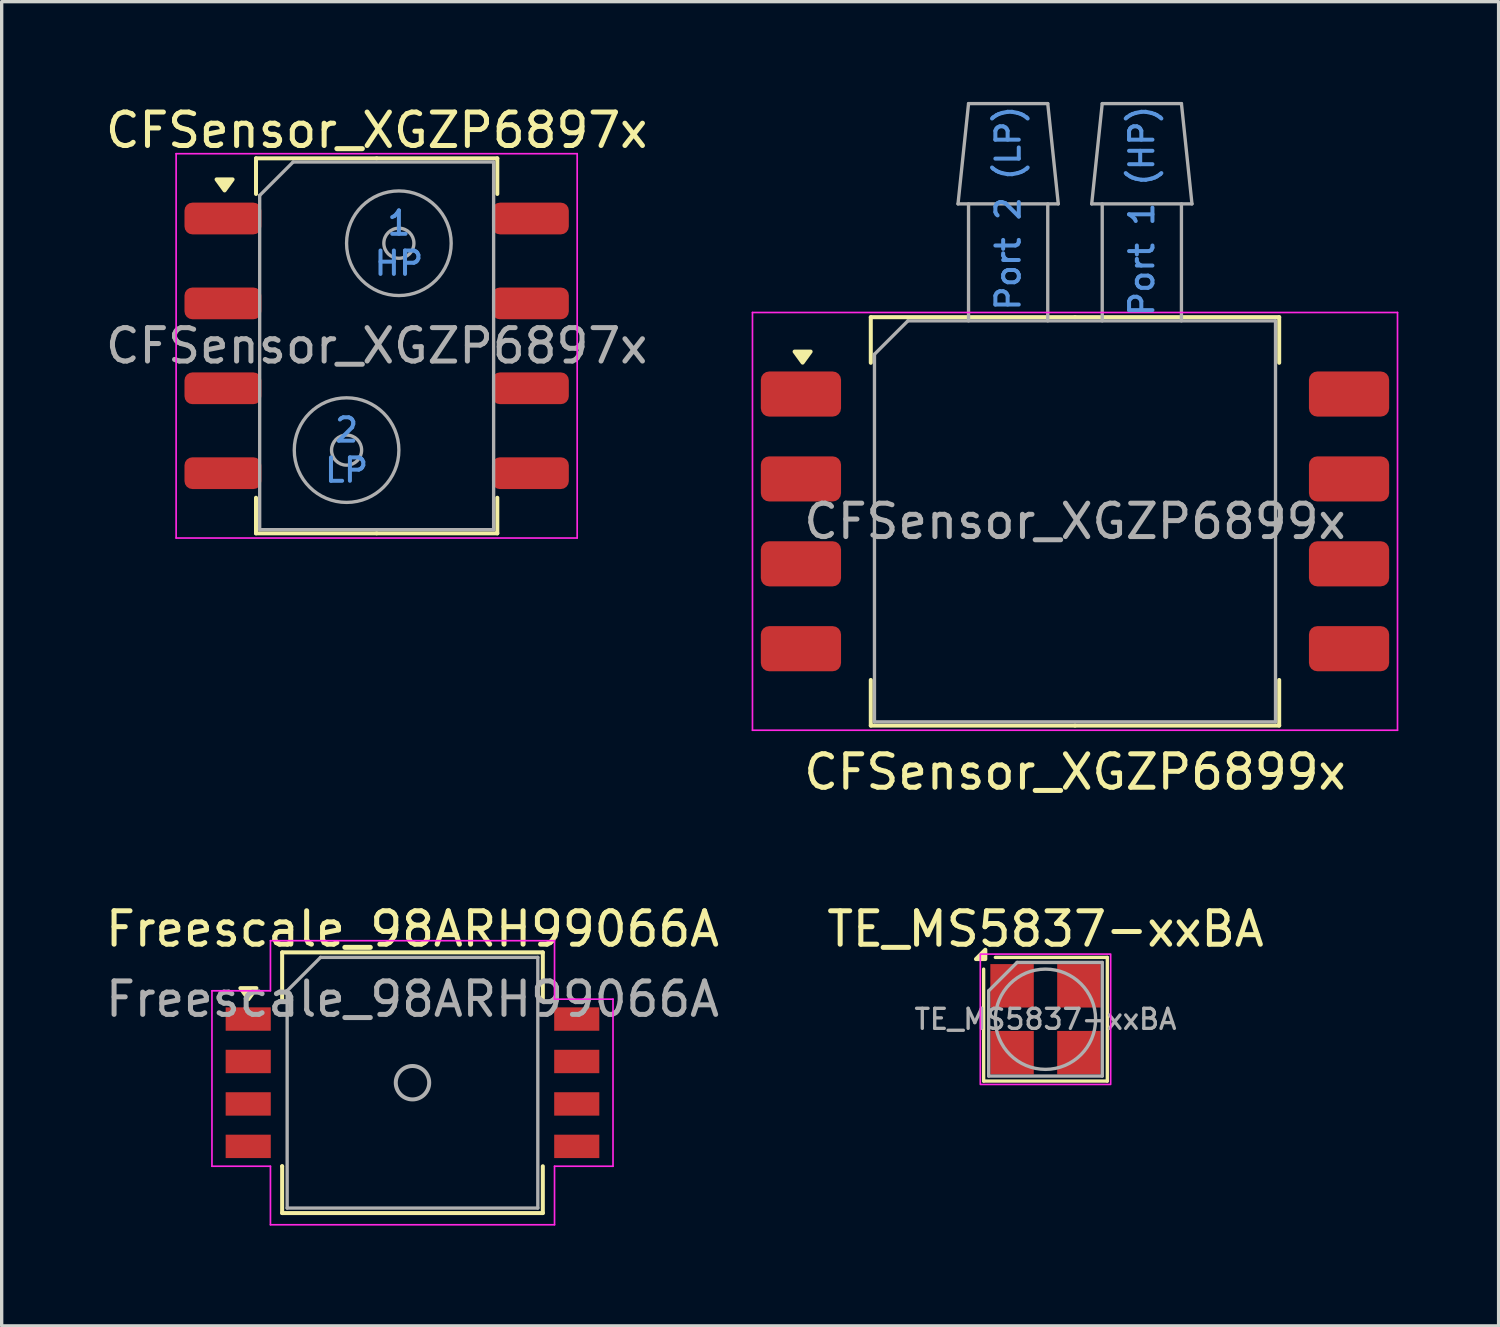
<source format=kicad_pcb>
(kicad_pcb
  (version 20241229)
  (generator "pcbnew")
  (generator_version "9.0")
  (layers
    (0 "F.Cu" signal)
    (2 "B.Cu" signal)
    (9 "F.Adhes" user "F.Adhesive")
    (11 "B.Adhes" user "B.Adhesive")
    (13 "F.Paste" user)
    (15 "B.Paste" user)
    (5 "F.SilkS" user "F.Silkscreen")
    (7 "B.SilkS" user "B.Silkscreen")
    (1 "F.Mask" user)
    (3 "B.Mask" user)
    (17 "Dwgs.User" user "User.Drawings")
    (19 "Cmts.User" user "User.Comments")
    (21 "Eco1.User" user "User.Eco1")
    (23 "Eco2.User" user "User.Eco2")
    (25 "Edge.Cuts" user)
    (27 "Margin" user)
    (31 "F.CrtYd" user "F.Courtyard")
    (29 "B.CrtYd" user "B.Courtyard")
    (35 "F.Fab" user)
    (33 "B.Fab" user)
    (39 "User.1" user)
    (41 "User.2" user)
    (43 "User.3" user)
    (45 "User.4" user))
  (footprint "CFSensor_XGZP6897x"
    (layer "F.Cu")
    (at 8.22 7.298)
    (property "Reference" "CFSensor_XGZP6897x" (at 0 -6.45 0) (layer "F.SilkS") (effects (font (size 1 1) (thickness 0.15))))
    (attr smd)
    (fp_line (start -3.61 -5.61) (end -3.61 -4.545) (stroke (width 0.12) (type solid)) (layer "F.SilkS"))
    (fp_line (start -3.61 5.61) (end -3.61 4.545) (stroke (width 0.12) (type solid)) (layer "F.SilkS"))
    (fp_line (start 0 -5.61) (end -3.61 -5.61) (stroke (width 0.12) (type solid)) (layer "F.SilkS"))
    (fp_line (start 0 -5.61) (end 3.61 -5.61) (stroke (width 0.12) (type solid)) (layer "F.SilkS"))
    (fp_line (start 0 5.61) (end -3.61 5.61) (stroke (width 0.12) (type solid)) (layer "F.SilkS"))
    (fp_line (start 0 5.61) (end 3.61 5.61) (stroke (width 0.12) (type solid)) (layer "F.SilkS"))
    (fp_line (start 3.61 -5.61) (end 3.61 -4.545) (stroke (width 0.12) (type solid)) (layer "F.SilkS"))
    (fp_line (start 3.61 5.61) (end 3.61 4.545) (stroke (width 0.12) (type solid)) (layer "F.SilkS"))
    (fp_poly (pts (xy -4.55 -4.65) (xy -4.79 -4.98) (xy -4.31 -4.98) (xy -4.55 -4.65)) (stroke (width 0.12) (type solid)) (fill yes) (layer "F.SilkS"))
    (fp_line (start -6 -5.75) (end -6 5.75) (stroke (width 0.05) (type solid)) (layer "F.CrtYd"))
    (fp_line (start -6 5.75) (end 6 5.75) (stroke (width 0.05) (type solid)) (layer "F.CrtYd"))
    (fp_line (start 6 -5.75) (end -6 -5.75) (stroke (width 0.05) (type solid)) (layer "F.CrtYd"))
    (fp_line (start 6 5.75) (end 6 -5.75) (stroke (width 0.05) (type solid)) (layer "F.CrtYd"))
    (fp_line (start -3.5 -4.5) (end -2.5 -5.5) (stroke (width 0.1) (type solid)) (layer "F.Fab"))
    (fp_line (start -3.5 5.5) (end -3.5 -4.5) (stroke (width 0.1) (type solid)) (layer "F.Fab"))
    (fp_line (start -2.5 -5.5) (end 3.5 -5.5) (stroke (width 0.1) (type solid)) (layer "F.Fab"))
    (fp_line (start 3.5 -5.5) (end 3.5 5.5) (stroke (width 0.1) (type solid)) (layer "F.Fab"))
    (fp_line (start 3.5 5.5) (end -3.5 5.5) (stroke (width 0.1) (type solid)) (layer "F.Fab"))
    (fp_circle (center -0.9 3.12) (end -0.45 3.12) (stroke (width 0.1) (type default)) (fill no) (layer "F.Fab"))
    (fp_circle (center -0.9 3.12) (end 0.665 3.12) (stroke (width 0.1) (type default)) (fill no) (layer "F.Fab"))
    (fp_circle (center 0.665 -3.07) (end 1.115 -3.07) (stroke (width 0.1) (type default)) (fill no) (layer "F.Fab"))
    (fp_circle (center 0.665 -3.07) (end 2.23 -3.07) (stroke (width 0.1) (type default)) (fill no) (layer "F.Fab"))
    (fp_text user "2" (at -0.9 2.52 0) (unlocked yes) (layer "Cmts.User") (effects (font (size 0.7 0.7) (thickness 0.12) (bold yes))))
    (fp_text user "HP" (at 0.665 -2.47 0) (unlocked yes) (layer "Cmts.User") (effects (font (size 0.7 0.7) (thickness 0.12) (bold yes))))
    (fp_text user "LP" (at -0.9 3.72 0) (unlocked yes) (layer "Cmts.User") (effects (font (size 0.7 0.7) (thickness 0.12) (bold yes))))
    (fp_text user "1" (at 0.665 -3.67 0) (unlocked yes) (layer "Cmts.User") (effects (font (size 0.7 0.7) (thickness 0.12) (bold yes))))
    (fp_text user "${REFERENCE}" (at 0 0 0) (layer "F.Fab") (effects (font (size 1 1) (thickness 0.15))))
    (pad "1" smd roundrect (at -4.6 -3.81) (size 2.3 0.95) (layers "F.Cu" "F.Mask" "F.Paste") (roundrect_rratio 0.25))
    (pad "2" smd roundrect (at -4.6 -1.27) (size 2.3 0.95) (layers "F.Cu" "F.Mask" "F.Paste") (roundrect_rratio 0.25))
    (pad "3" smd roundrect (at -4.6 1.27) (size 2.3 0.95) (layers "F.Cu" "F.Mask" "F.Paste") (roundrect_rratio 0.25))
    (pad "4" smd roundrect (at -4.6 3.81) (size 2.3 0.95) (layers "F.Cu" "F.Mask" "F.Paste") (roundrect_rratio 0.25))
    (pad "5" smd roundrect (at 4.6 3.81) (size 2.3 0.95) (layers "F.Cu" "F.Mask" "F.Paste") (roundrect_rratio 0.25))
    (pad "6" smd roundrect (at 4.6 1.27) (size 2.3 0.95) (layers "F.Cu" "F.Mask" "F.Paste") (roundrect_rratio 0.25))
    (pad "7" smd roundrect (at 4.6 -1.27) (size 2.3 0.95) (layers "F.Cu" "F.Mask" "F.Paste") (roundrect_rratio 0.25))
    (pad "8" smd roundrect (at 4.6 -3.81) (size 2.3 0.95) (layers "F.Cu" "F.Mask" "F.Paste") (roundrect_rratio 0.25)))
  (footprint "CFSensor_XGZP6899x"
    (layer "F.Cu")
    (at 29.115 12.55)
    (property "Reference" "CFSensor_XGZP6899x" (at 0 7.5 0) (layer "F.SilkS") (effects (font (size 1 1) (thickness 0.15))))
    (attr smd)
    (fp_line (start -6.11 -4.745) (end -6.11 -6.11) (stroke (width 0.12) (type solid)) (layer "F.SilkS"))
    (fp_line (start -6.11 6.11) (end -6.11 4.745) (stroke (width 0.12) (type solid)) (layer "F.SilkS"))
    (fp_line (start 0 -6.11) (end -6.11 -6.11) (stroke (width 0.12) (type solid)) (layer "F.SilkS"))
    (fp_line (start 0 6.11) (end -6.11 6.11) (stroke (width 0.12) (type solid)) (layer "F.SilkS"))
    (fp_line (start 0 6.11) (end 6.11 6.11) (stroke (width 0.12) (type solid)) (layer "F.SilkS"))
    (fp_line (start 6.11 -6.11) (end 0 -6.11) (stroke (width 0.12) (type solid)) (layer "F.SilkS"))
    (fp_line (start 6.11 -4.745) (end 6.11 -6.11) (stroke (width 0.12) (type solid)) (layer "F.SilkS"))
    (fp_line (start 6.11 6.11) (end 6.11 4.745) (stroke (width 0.12) (type solid)) (layer "F.SilkS"))
    (fp_poly (pts (xy -8.15 -4.75) (xy -8.39 -5.08) (xy -7.91 -5.08) (xy -8.15 -4.75)) (stroke (width 0.12) (type solid)) (fill yes) (layer "F.SilkS"))
    (fp_line (start -9.65 -6.25) (end -9.65 6.25) (stroke (width 0.05) (type solid)) (layer "F.CrtYd"))
    (fp_line (start -9.65 6.25) (end 9.65 6.25) (stroke (width 0.05) (type solid)) (layer "F.CrtYd"))
    (fp_line (start 9.65 -6.25) (end -9.65 -6.25) (stroke (width 0.05) (type solid)) (layer "F.CrtYd"))
    (fp_line (start 9.65 6.25) (end 9.65 -6.25) (stroke (width 0.05) (type solid)) (layer "F.CrtYd"))
    (fp_line (start -6 -5) (end -5 -6) (stroke (width 0.1) (type solid)) (layer "F.Fab"))
    (fp_line (start -6 6) (end -6 -5) (stroke (width 0.1) (type solid)) (layer "F.Fab"))
    (fp_line (start -5 -6) (end 6 -6) (stroke (width 0.1) (type solid)) (layer "F.Fab"))
    (fp_line (start -3.5 -9.5) (end -3.185 -12.5) (stroke (width 0.1) (type default)) (layer "F.Fab"))
    (fp_line (start -3.5 -9.5) (end -0.5 -9.5) (stroke (width 0.1) (type default)) (layer "F.Fab"))
    (fp_line (start -3.185 -12.5) (end -0.815 -12.5) (stroke (width 0.1) (type default)) (layer "F.Fab"))
    (fp_line (start -3.185 -6) (end -3.185 -9.5) (stroke (width 0.1) (type default)) (layer "F.Fab"))
    (fp_line (start -0.815 -9.5) (end -0.815 -6) (stroke (width 0.1) (type default)) (layer "F.Fab"))
    (fp_line (start -0.5 -9.5) (end -0.815 -12.5) (stroke (width 0.1) (type default)) (layer "F.Fab"))
    (fp_line (start 0.5 -9.5) (end 0.815 -12.5) (stroke (width 0.1) (type default)) (layer "F.Fab"))
    (fp_line (start 0.5 -9.5) (end 3.5 -9.5) (stroke (width 0.1) (type default)) (layer "F.Fab"))
    (fp_line (start 0.815 -12.5) (end 3.185 -12.5) (stroke (width 0.1) (type default)) (layer "F.Fab"))
    (fp_line (start 0.815 -6) (end 0.815 -9.5) (stroke (width 0.1) (type default)) (layer "F.Fab"))
    (fp_line (start 3.185 -9.5) (end 3.185 -6) (stroke (width 0.1) (type default)) (layer "F.Fab"))
    (fp_line (start 3.5 -9.5) (end 3.185 -12.5) (stroke (width 0.1) (type default)) (layer "F.Fab"))
    (fp_line (start 6 -6) (end 6 6) (stroke (width 0.1) (type solid)) (layer "F.Fab"))
    (fp_line (start 6 6) (end -6 6) (stroke (width 0.1) (type solid)) (layer "F.Fab"))
    (fp_text user "Port 1 (HP)" (at 2 -12.5 90) (unlocked yes) (layer "Cmts.User") (effects (font (size 0.7 0.7) (thickness 0.12) (bold yes)) (justify right)))
    (fp_text user "Port 2 (LP)" (at -2 -12.5 90) (unlocked yes) (layer "Cmts.User") (effects (font (size 0.7 0.7) (thickness 0.12) (bold yes)) (justify right)))
    (fp_text user "${REFERENCE}" (at 0 0 0) (layer "F.Fab") (effects (font (size 1 1) (thickness 0.15))))
    (pad "1" smd roundrect (at -8.2 -3.81) (size 2.4 1.35) (layers "F.Cu" "F.Mask" "F.Paste") (roundrect_rratio 0.185))
    (pad "2" smd roundrect (at -8.2 -1.27) (size 2.4 1.35) (layers "F.Cu" "F.Mask" "F.Paste") (roundrect_rratio 0.185))
    (pad "3" smd roundrect (at -8.2 1.27) (size 2.4 1.35) (layers "F.Cu" "F.Mask" "F.Paste") (roundrect_rratio 0.185))
    (pad "4" smd roundrect (at -8.2 3.81) (size 2.4 1.35) (layers "F.Cu" "F.Mask" "F.Paste") (roundrect_rratio 0.185))
    (pad "5" smd roundrect (at 8.2 3.81) (size 2.4 1.35) (layers "F.Cu" "F.Mask" "F.Paste") (roundrect_rratio 0.185))
    (pad "6" smd roundrect (at 8.2 1.27) (size 2.4 1.35) (layers "F.Cu" "F.Mask" "F.Paste") (roundrect_rratio 0.185))
    (pad "7" smd roundrect (at 8.2 -1.27) (size 2.4 1.35) (layers "F.Cu" "F.Mask" "F.Paste") (roundrect_rratio 0.185))
    (pad "8" smd roundrect (at 8.2 -3.81) (size 2.4 1.35) (layers "F.Cu" "F.Mask" "F.Paste") (roundrect_rratio 0.185)))
  (footprint "TE_MS5837-xxBA"
    (layer "F.Cu")
    (at 28.232 27.447)
    (property "Reference" "TE_MS5837-xxBA" (at 0 -2.7 0) (unlocked yes) (layer "F.SilkS") (effects (font (size 1 1) (thickness 0.15))))
    (attr smd)
    (fp_line (start -1.85 1.85) (end -1.85 -1.5) (stroke (width 0.1) (type default)) (layer "F.SilkS"))
    (fp_line (start -1.5 -1.85) (end 1.85 -1.85) (stroke (width 0.1) (type default)) (layer "F.SilkS"))
    (fp_line (start 1.85 -1.85) (end 1.85 1.85) (stroke (width 0.1) (type default)) (layer "F.SilkS"))
    (fp_line (start 1.85 1.85) (end -1.85 1.85) (stroke (width 0.1) (type default)) (layer "F.SilkS"))
    (fp_poly (pts (xy -1.8 -1.8) (xy -2.08 -1.8) (xy -1.8 -2.08) (xy -1.8 -1.8)) (stroke (width 0.12) (type solid)) (fill yes) (layer "F.SilkS"))
    (fp_rect (start 1.95 1.95) (end -1.95 -1.95) (stroke (width 0.05) (type solid)) (fill no) (layer "F.CrtYd"))
    (fp_line (start -1.7 -0.85) (end -1.7 1.7) (stroke (width 0.1) (type solid)) (layer "F.Fab"))
    (fp_line (start -1.7 1.7) (end 1.7 1.7) (stroke (width 0.1) (type solid)) (layer "F.Fab"))
    (fp_line (start -0.85 -1.7) (end -1.7 -0.85) (stroke (width 0.1) (type solid)) (layer "F.Fab"))
    (fp_line (start 1.7 -1.7) (end -0.85 -1.7) (stroke (width 0.1) (type solid)) (layer "F.Fab"))
    (fp_line (start 1.7 1.7) (end 1.7 -1.7) (stroke (width 0.1) (type solid)) (layer "F.Fab"))
    (fp_circle (center 0 0) (end -1.5 0) (stroke (width 0.1) (type solid)) (fill no) (layer "F.Fab"))
    (fp_text user "${REFERENCE}" (at 0 0 180) (layer "F.Fab") (effects (font (size 0.6 0.6) (thickness 0.1))))
    (pad "1" smd rect (at -1 -1 180) (size 1.3 1.3) (layers "F.Cu" "F.Mask" "F.Paste"))
    (pad "2" smd rect (at -1 1 180) (size 1.3 1.3) (layers "F.Cu" "F.Mask" "F.Paste"))
    (pad "3" smd rect (at 1 1 180) (size 1.3 1.3) (layers "F.Cu" "F.Mask" "F.Paste"))
    (pad "4" smd rect (at 1 -1 180) (size 1.3 1.3) (layers "F.Cu" "F.Mask" "F.Paste")))
  (footprint "Freescale_98ARH99066A"
    (layer "F.Cu")
    (at 9.292 29.346)
    (property "Reference" "Freescale_98ARH99066A" (at 0 -4.6 0) (layer "F.SilkS") (effects (font (size 1 1) (thickness 0.15))))
    (attr smd)
    (fp_line (start -3.9 -3.9) (end -3.9 -2.5) (stroke (width 0.12) (type solid)) (layer "F.SilkS"))
    (fp_line (start -3.9 2.5) (end -3.9 2.5) (stroke (width 0.12) (type solid)) (layer "F.SilkS"))
    (fp_line (start -3.9 3.9) (end -3.9 2.5) (stroke (width 0.12) (type solid)) (layer "F.SilkS"))
    (fp_line (start 3.9 -3.9) (end -3.9 -3.9) (stroke (width 0.12) (type solid)) (layer "F.SilkS"))
    (fp_line (start 3.9 -2.5) (end 3.9 -3.9) (stroke (width 0.12) (type solid)) (layer "F.SilkS"))
    (fp_line (start 3.9 2.5) (end 3.9 3.9) (stroke (width 0.12) (type solid)) (layer "F.SilkS"))
    (fp_line (start 3.9 3.9) (end -3.9 3.9) (stroke (width 0.12) (type solid)) (layer "F.SilkS"))
    (fp_poly (pts (xy -4.91 -2.5) (xy -5.15 -2.83) (xy -4.67 -2.83) (xy -4.91 -2.5)) (stroke (width 0.12) (type solid)) (fill yes) (layer "F.SilkS"))
    (fp_line (start -6 -2.75) (end -4.25 -2.75) (stroke (width 0.05) (type solid)) (layer "F.CrtYd"))
    (fp_line (start -6 2.5) (end -6 -2.75) (stroke (width 0.05) (type solid)) (layer "F.CrtYd"))
    (fp_line (start -5.75 -2.75) (end -5.75 -2.75) (stroke (width 0.05) (type solid)) (layer "F.CrtYd"))
    (fp_line (start -4.25 -4.25) (end 4.25 -4.25) (stroke (width 0.05) (type solid)) (layer "F.CrtYd"))
    (fp_line (start -4.25 -2.75) (end -4.25 -4.25) (stroke (width 0.05) (type solid)) (layer "F.CrtYd"))
    (fp_line (start -4.25 2.5) (end -6 2.5) (stroke (width 0.05) (type solid)) (layer "F.CrtYd"))
    (fp_line (start -4.25 4.25) (end -4.25 2.5) (stroke (width 0.05) (type solid)) (layer "F.CrtYd"))
    (fp_line (start 4.25 -4.25) (end 4.25 -2.5) (stroke (width 0.05) (type solid)) (layer "F.CrtYd"))
    (fp_line (start 4.25 -2.5) (end 6 -2.5) (stroke (width 0.05) (type solid)) (layer "F.CrtYd"))
    (fp_line (start 4.25 2.5) (end 4.25 4.25) (stroke (width 0.05) (type solid)) (layer "F.CrtYd"))
    (fp_line (start 4.25 4.25) (end -4.25 4.25) (stroke (width 0.05) (type solid)) (layer "F.CrtYd"))
    (fp_line (start 6 -2.5) (end 6 2.5) (stroke (width 0.05) (type solid)) (layer "F.CrtYd"))
    (fp_line (start 6 2.5) (end 4.25 2.5) (stroke (width 0.05) (type solid)) (layer "F.CrtYd"))
    (fp_line (start -3.75 -2.75) (end -2.75 -3.75) (stroke (width 0.1) (type solid)) (layer "F.Fab"))
    (fp_line (start -3.75 3.75) (end -3.75 -2.75) (stroke (width 0.1) (type solid)) (layer "F.Fab"))
    (fp_line (start -2.75 -3.75) (end 3.75 -3.75) (stroke (width 0.1) (type solid)) (layer "F.Fab"))
    (fp_line (start 3.75 -3.75) (end 3.75 3.75) (stroke (width 0.1) (type solid)) (layer "F.Fab"))
    (fp_line (start 3.75 3.75) (end -3.75 3.75) (stroke (width 0.1) (type solid)) (layer "F.Fab"))
    (fp_circle (center 0 0) (end 0.5 0) (stroke (width 0.12) (type solid)) (fill no) (layer "F.Fab"))
    (fp_text user "${REFERENCE}" (at 0 -2.5 0) (layer "F.Fab") (effects (font (size 1 1) (thickness 0.15))))
    (pad "1" smd rect (at -4.915 -1.905) (size 1.35 0.7) (layers "F.Cu" "F.Mask" "F.Paste"))
    (pad "2" smd rect (at -4.915 -0.635) (size 1.35 0.7) (layers "F.Cu" "F.Mask" "F.Paste"))
    (pad "3" smd rect (at -4.915 0.635) (size 1.35 0.7) (layers "F.Cu" "F.Mask" "F.Paste"))
    (pad "4" smd rect (at -4.915 1.905) (size 1.35 0.7) (layers "F.Cu" "F.Mask" "F.Paste"))
    (pad "5" smd rect (at 4.915 1.905) (size 1.35 0.7) (layers "F.Cu" "F.Mask" "F.Paste"))
    (pad "6" smd rect (at 4.915 0.635) (size 1.35 0.7) (layers "F.Cu" "F.Mask" "F.Paste"))
    (pad "7" smd rect (at 4.915 -0.635) (size 1.35 0.7) (layers "F.Cu" "F.Mask" "F.Paste"))
    (pad "8" smd rect (at 4.915 -1.905) (size 1.35 0.7) (layers "F.Cu" "F.Mask" "F.Paste")))
  (gr_rect
    (start -3 -3)
    (end 41.79 36.621)
    (stroke (width 0.1) (type default))
    (fill no)
    (layer "Edge.Cuts")))
</source>
